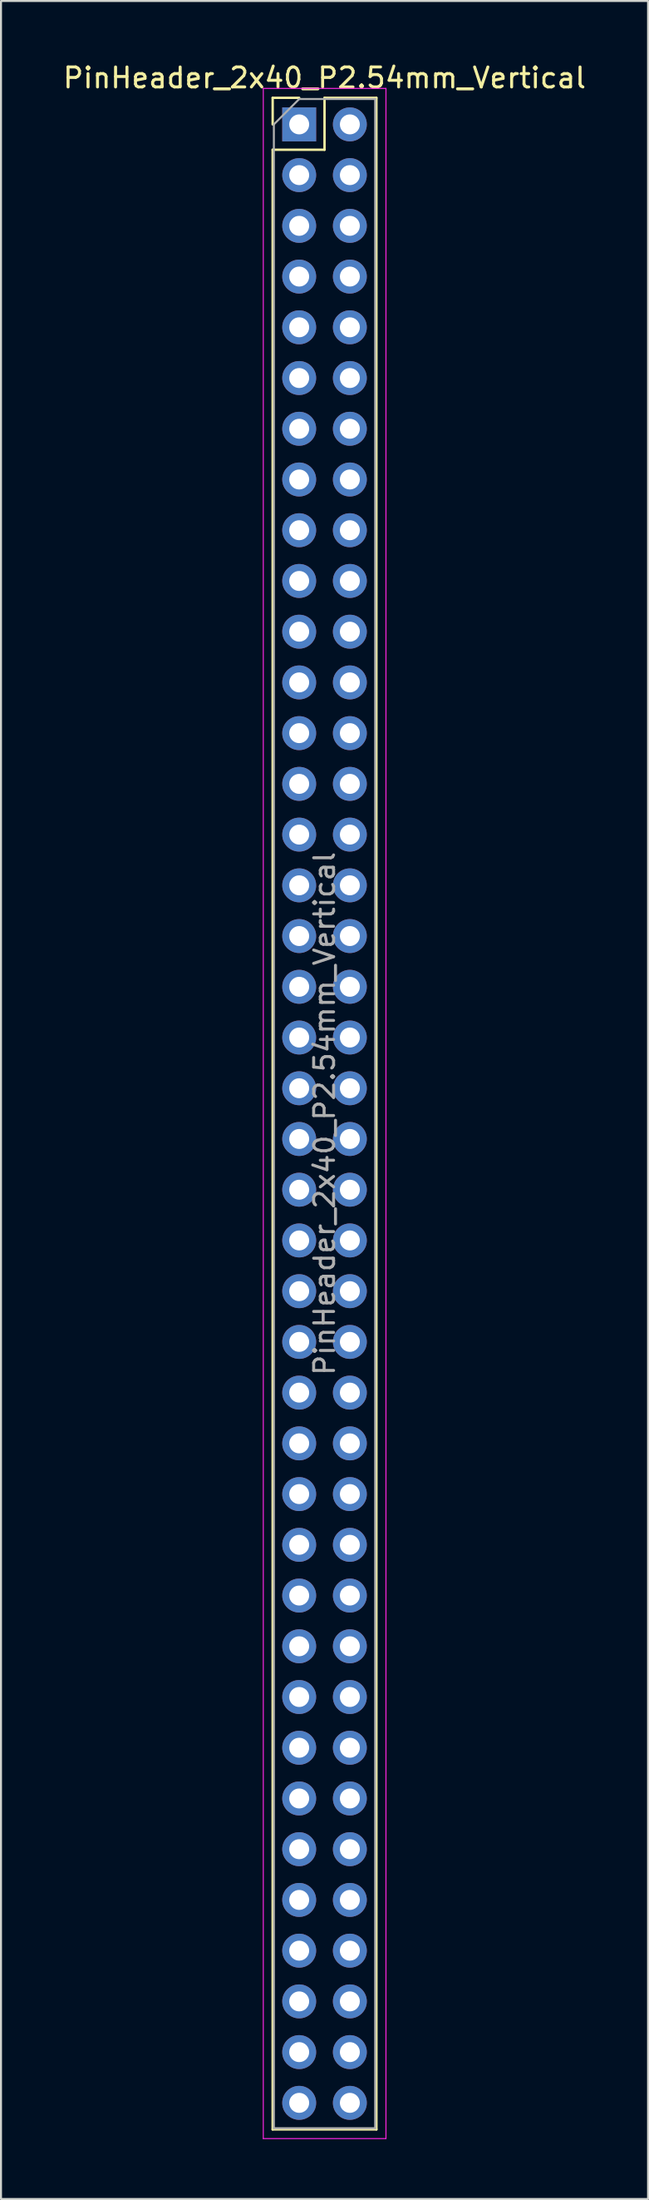
<source format=kicad_pcb>
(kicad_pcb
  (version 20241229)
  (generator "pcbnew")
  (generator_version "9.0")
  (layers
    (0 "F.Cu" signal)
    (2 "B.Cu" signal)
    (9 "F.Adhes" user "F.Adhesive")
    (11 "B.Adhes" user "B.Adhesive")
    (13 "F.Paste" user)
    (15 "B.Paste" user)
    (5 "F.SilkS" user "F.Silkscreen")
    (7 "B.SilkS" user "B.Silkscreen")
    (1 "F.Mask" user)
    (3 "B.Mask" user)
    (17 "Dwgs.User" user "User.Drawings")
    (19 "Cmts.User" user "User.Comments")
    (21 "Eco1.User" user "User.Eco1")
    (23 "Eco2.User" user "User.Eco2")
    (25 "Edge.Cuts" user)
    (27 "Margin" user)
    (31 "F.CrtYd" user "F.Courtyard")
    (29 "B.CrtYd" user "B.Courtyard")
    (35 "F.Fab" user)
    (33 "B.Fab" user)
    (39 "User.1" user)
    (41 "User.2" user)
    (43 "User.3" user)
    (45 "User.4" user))
  (footprint "PinHeader_2x40_P2.54mm_Vertical"
    (layer "F.Cu")
    (at 11.95 3.178)
    (property "Reference" "PinHeader_2x40_P2.54mm_Vertical" (at 1.27 -2.33 0) (layer "F.SilkS") (effects (font (size 1 1) (thickness 0.15))))
    (attr through_hole)
    (fp_line (start -1.33 -1.33) (end 0 -1.33) (stroke (width 0.12) (type solid)) (layer "F.SilkS"))
    (fp_line (start -1.33 0) (end -1.33 -1.33) (stroke (width 0.12) (type solid)) (layer "F.SilkS"))
    (fp_line (start -1.33 1.27) (end -1.33 100.39) (stroke (width 0.12) (type solid)) (layer "F.SilkS"))
    (fp_line (start -1.33 1.27) (end 1.27 1.27) (stroke (width 0.12) (type solid)) (layer "F.SilkS"))
    (fp_line (start -1.33 100.39) (end 3.87 100.39) (stroke (width 0.12) (type solid)) (layer "F.SilkS"))
    (fp_line (start 1.27 -1.33) (end 3.87 -1.33) (stroke (width 0.12) (type solid)) (layer "F.SilkS"))
    (fp_line (start 1.27 1.27) (end 1.27 -1.33) (stroke (width 0.12) (type solid)) (layer "F.SilkS"))
    (fp_line (start 3.87 -1.33) (end 3.87 100.39) (stroke (width 0.12) (type solid)) (layer "F.SilkS"))
    (fp_line (start -1.8 -1.8) (end -1.8 100.85) (stroke (width 0.05) (type solid)) (layer "F.CrtYd"))
    (fp_line (start -1.8 100.85) (end 4.35 100.85) (stroke (width 0.05) (type solid)) (layer "F.CrtYd"))
    (fp_line (start 4.35 -1.8) (end -1.8 -1.8) (stroke (width 0.05) (type solid)) (layer "F.CrtYd"))
    (fp_line (start 4.35 100.85) (end 4.35 -1.8) (stroke (width 0.05) (type solid)) (layer "F.CrtYd"))
    (fp_line (start -1.27 0) (end 0 -1.27) (stroke (width 0.1) (type solid)) (layer "F.Fab"))
    (fp_line (start -1.27 100.33) (end -1.27 0) (stroke (width 0.1) (type solid)) (layer "F.Fab"))
    (fp_line (start 0 -1.27) (end 3.81 -1.27) (stroke (width 0.1) (type solid)) (layer "F.Fab"))
    (fp_line (start 3.81 -1.27) (end 3.81 100.33) (stroke (width 0.1) (type solid)) (layer "F.Fab"))
    (fp_line (start 3.81 100.33) (end -1.27 100.33) (stroke (width 0.1) (type solid)) (layer "F.Fab"))
    (fp_text user "${REFERENCE}" (at 1.27 49.53 90) (layer "F.Fab") (effects (font (size 1 1) (thickness 0.15))))
    (pad "1" thru_hole rect (at 0 0) (size 1.7 1.7) (drill 1) (layers "*.Cu" "*.Mask"))
    (pad "2" thru_hole oval (at 2.54 0) (size 1.7 1.7) (drill 1) (layers "*.Cu" "*.Mask"))
    (pad "3" thru_hole oval (at 0 2.54) (size 1.7 1.7) (drill 1) (layers "*.Cu" "*.Mask"))
    (pad "4" thru_hole oval (at 2.54 2.54) (size 1.7 1.7) (drill 1) (layers "*.Cu" "*.Mask"))
    (pad "5" thru_hole oval (at 0 5.08) (size 1.7 1.7) (drill 1) (layers "*.Cu" "*.Mask"))
    (pad "6" thru_hole oval (at 2.54 5.08) (size 1.7 1.7) (drill 1) (layers "*.Cu" "*.Mask"))
    (pad "7" thru_hole oval (at 0 7.62) (size 1.7 1.7) (drill 1) (layers "*.Cu" "*.Mask"))
    (pad "8" thru_hole oval (at 2.54 7.62) (size 1.7 1.7) (drill 1) (layers "*.Cu" "*.Mask"))
    (pad "9" thru_hole oval (at 0 10.16) (size 1.7 1.7) (drill 1) (layers "*.Cu" "*.Mask"))
    (pad "10" thru_hole oval (at 2.54 10.16) (size 1.7 1.7) (drill 1) (layers "*.Cu" "*.Mask"))
    (pad "11" thru_hole oval (at 0 12.7) (size 1.7 1.7) (drill 1) (layers "*.Cu" "*.Mask"))
    (pad "12" thru_hole oval (at 2.54 12.7) (size 1.7 1.7) (drill 1) (layers "*.Cu" "*.Mask"))
    (pad "13" thru_hole oval (at 0 15.24) (size 1.7 1.7) (drill 1) (layers "*.Cu" "*.Mask"))
    (pad "14" thru_hole oval (at 2.54 15.24) (size 1.7 1.7) (drill 1) (layers "*.Cu" "*.Mask"))
    (pad "15" thru_hole oval (at 0 17.78) (size 1.7 1.7) (drill 1) (layers "*.Cu" "*.Mask"))
    (pad "16" thru_hole oval (at 2.54 17.78) (size 1.7 1.7) (drill 1) (layers "*.Cu" "*.Mask"))
    (pad "17" thru_hole oval (at 0 20.32) (size 1.7 1.7) (drill 1) (layers "*.Cu" "*.Mask"))
    (pad "18" thru_hole oval (at 2.54 20.32) (size 1.7 1.7) (drill 1) (layers "*.Cu" "*.Mask"))
    (pad "19" thru_hole oval (at 0 22.86) (size 1.7 1.7) (drill 1) (layers "*.Cu" "*.Mask"))
    (pad "20" thru_hole oval (at 2.54 22.86) (size 1.7 1.7) (drill 1) (layers "*.Cu" "*.Mask"))
    (pad "21" thru_hole oval (at 0 25.4) (size 1.7 1.7) (drill 1) (layers "*.Cu" "*.Mask"))
    (pad "22" thru_hole oval (at 2.54 25.4) (size 1.7 1.7) (drill 1) (layers "*.Cu" "*.Mask"))
    (pad "23" thru_hole oval (at 0 27.94) (size 1.7 1.7) (drill 1) (layers "*.Cu" "*.Mask"))
    (pad "24" thru_hole oval (at 2.54 27.94) (size 1.7 1.7) (drill 1) (layers "*.Cu" "*.Mask"))
    (pad "25" thru_hole oval (at 0 30.48) (size 1.7 1.7) (drill 1) (layers "*.Cu" "*.Mask"))
    (pad "26" thru_hole oval (at 2.54 30.48) (size 1.7 1.7) (drill 1) (layers "*.Cu" "*.Mask"))
    (pad "27" thru_hole oval (at 0 33.02) (size 1.7 1.7) (drill 1) (layers "*.Cu" "*.Mask"))
    (pad "28" thru_hole oval (at 2.54 33.02) (size 1.7 1.7) (drill 1) (layers "*.Cu" "*.Mask"))
    (pad "29" thru_hole oval (at 0 35.56) (size 1.7 1.7) (drill 1) (layers "*.Cu" "*.Mask"))
    (pad "30" thru_hole oval (at 2.54 35.56) (size 1.7 1.7) (drill 1) (layers "*.Cu" "*.Mask"))
    (pad "31" thru_hole oval (at 0 38.1) (size 1.7 1.7) (drill 1) (layers "*.Cu" "*.Mask"))
    (pad "32" thru_hole oval (at 2.54 38.1) (size 1.7 1.7) (drill 1) (layers "*.Cu" "*.Mask"))
    (pad "33" thru_hole oval (at 0 40.64) (size 1.7 1.7) (drill 1) (layers "*.Cu" "*.Mask"))
    (pad "34" thru_hole oval (at 2.54 40.64) (size 1.7 1.7) (drill 1) (layers "*.Cu" "*.Mask"))
    (pad "35" thru_hole oval (at 0 43.18) (size 1.7 1.7) (drill 1) (layers "*.Cu" "*.Mask"))
    (pad "36" thru_hole oval (at 2.54 43.18) (size 1.7 1.7) (drill 1) (layers "*.Cu" "*.Mask"))
    (pad "37" thru_hole oval (at 0 45.72) (size 1.7 1.7) (drill 1) (layers "*.Cu" "*.Mask"))
    (pad "38" thru_hole oval (at 2.54 45.72) (size 1.7 1.7) (drill 1) (layers "*.Cu" "*.Mask"))
    (pad "39" thru_hole oval (at 0 48.26) (size 1.7 1.7) (drill 1) (layers "*.Cu" "*.Mask"))
    (pad "40" thru_hole oval (at 2.54 48.26) (size 1.7 1.7) (drill 1) (layers "*.Cu" "*.Mask"))
    (pad "41" thru_hole oval (at 0 50.8) (size 1.7 1.7) (drill 1) (layers "*.Cu" "*.Mask"))
    (pad "42" thru_hole oval (at 2.54 50.8) (size 1.7 1.7) (drill 1) (layers "*.Cu" "*.Mask"))
    (pad "43" thru_hole oval (at 0 53.34) (size 1.7 1.7) (drill 1) (layers "*.Cu" "*.Mask"))
    (pad "44" thru_hole oval (at 2.54 53.34) (size 1.7 1.7) (drill 1) (layers "*.Cu" "*.Mask"))
    (pad "45" thru_hole oval (at 0 55.88) (size 1.7 1.7) (drill 1) (layers "*.Cu" "*.Mask"))
    (pad "46" thru_hole oval (at 2.54 55.88) (size 1.7 1.7) (drill 1) (layers "*.Cu" "*.Mask"))
    (pad "47" thru_hole oval (at 0 58.42) (size 1.7 1.7) (drill 1) (layers "*.Cu" "*.Mask"))
    (pad "48" thru_hole oval (at 2.54 58.42) (size 1.7 1.7) (drill 1) (layers "*.Cu" "*.Mask"))
    (pad "49" thru_hole oval (at 0 60.96) (size 1.7 1.7) (drill 1) (layers "*.Cu" "*.Mask"))
    (pad "50" thru_hole oval (at 2.54 60.96) (size 1.7 1.7) (drill 1) (layers "*.Cu" "*.Mask"))
    (pad "51" thru_hole oval (at 0 63.5) (size 1.7 1.7) (drill 1) (layers "*.Cu" "*.Mask"))
    (pad "52" thru_hole oval (at 2.54 63.5) (size 1.7 1.7) (drill 1) (layers "*.Cu" "*.Mask"))
    (pad "53" thru_hole oval (at 0 66.04) (size 1.7 1.7) (drill 1) (layers "*.Cu" "*.Mask"))
    (pad "54" thru_hole oval (at 2.54 66.04) (size 1.7 1.7) (drill 1) (layers "*.Cu" "*.Mask"))
    (pad "55" thru_hole oval (at 0 68.58) (size 1.7 1.7) (drill 1) (layers "*.Cu" "*.Mask"))
    (pad "56" thru_hole oval (at 2.54 68.58) (size 1.7 1.7) (drill 1) (layers "*.Cu" "*.Mask"))
    (pad "57" thru_hole oval (at 0 71.12) (size 1.7 1.7) (drill 1) (layers "*.Cu" "*.Mask"))
    (pad "58" thru_hole oval (at 2.54 71.12) (size 1.7 1.7) (drill 1) (layers "*.Cu" "*.Mask"))
    (pad "59" thru_hole oval (at 0 73.66) (size 1.7 1.7) (drill 1) (layers "*.Cu" "*.Mask"))
    (pad "60" thru_hole oval (at 2.54 73.66) (size 1.7 1.7) (drill 1) (layers "*.Cu" "*.Mask"))
    (pad "61" thru_hole oval (at 0 76.2) (size 1.7 1.7) (drill 1) (layers "*.Cu" "*.Mask"))
    (pad "62" thru_hole oval (at 2.54 76.2) (size 1.7 1.7) (drill 1) (layers "*.Cu" "*.Mask"))
    (pad "63" thru_hole oval (at 0 78.74) (size 1.7 1.7) (drill 1) (layers "*.Cu" "*.Mask"))
    (pad "64" thru_hole oval (at 2.54 78.74) (size 1.7 1.7) (drill 1) (layers "*.Cu" "*.Mask"))
    (pad "65" thru_hole oval (at 0 81.28) (size 1.7 1.7) (drill 1) (layers "*.Cu" "*.Mask"))
    (pad "66" thru_hole oval (at 2.54 81.28) (size 1.7 1.7) (drill 1) (layers "*.Cu" "*.Mask"))
    (pad "67" thru_hole oval (at 0 83.82) (size 1.7 1.7) (drill 1) (layers "*.Cu" "*.Mask"))
    (pad "68" thru_hole oval (at 2.54 83.82) (size 1.7 1.7) (drill 1) (layers "*.Cu" "*.Mask"))
    (pad "69" thru_hole oval (at 0 86.36) (size 1.7 1.7) (drill 1) (layers "*.Cu" "*.Mask"))
    (pad "70" thru_hole oval (at 2.54 86.36) (size 1.7 1.7) (drill 1) (layers "*.Cu" "*.Mask"))
    (pad "71" thru_hole oval (at 0 88.9) (size 1.7 1.7) (drill 1) (layers "*.Cu" "*.Mask"))
    (pad "72" thru_hole oval (at 2.54 88.9) (size 1.7 1.7) (drill 1) (layers "*.Cu" "*.Mask"))
    (pad "73" thru_hole oval (at 0 91.44) (size 1.7 1.7) (drill 1) (layers "*.Cu" "*.Mask"))
    (pad "74" thru_hole oval (at 2.54 91.44) (size 1.7 1.7) (drill 1) (layers "*.Cu" "*.Mask"))
    (pad "75" thru_hole oval (at 0 93.98) (size 1.7 1.7) (drill 1) (layers "*.Cu" "*.Mask"))
    (pad "76" thru_hole oval (at 2.54 93.98) (size 1.7 1.7) (drill 1) (layers "*.Cu" "*.Mask"))
    (pad "77" thru_hole oval (at 0 96.52) (size 1.7 1.7) (drill 1) (layers "*.Cu" "*.Mask"))
    (pad "78" thru_hole oval (at 2.54 96.52) (size 1.7 1.7) (drill 1) (layers "*.Cu" "*.Mask"))
    (pad "79" thru_hole oval (at 0 99.06) (size 1.7 1.7) (drill 1) (layers "*.Cu" "*.Mask"))
    (pad "80" thru_hole oval (at 2.54 99.06) (size 1.7 1.7) (drill 1) (layers "*.Cu" "*.Mask")))
  (gr_rect
    (start -3 -3)
    (end 29.44 107.053)
    (stroke (width 0.1) (type default))
    (fill no)
    (layer "Edge.Cuts")))
</source>
